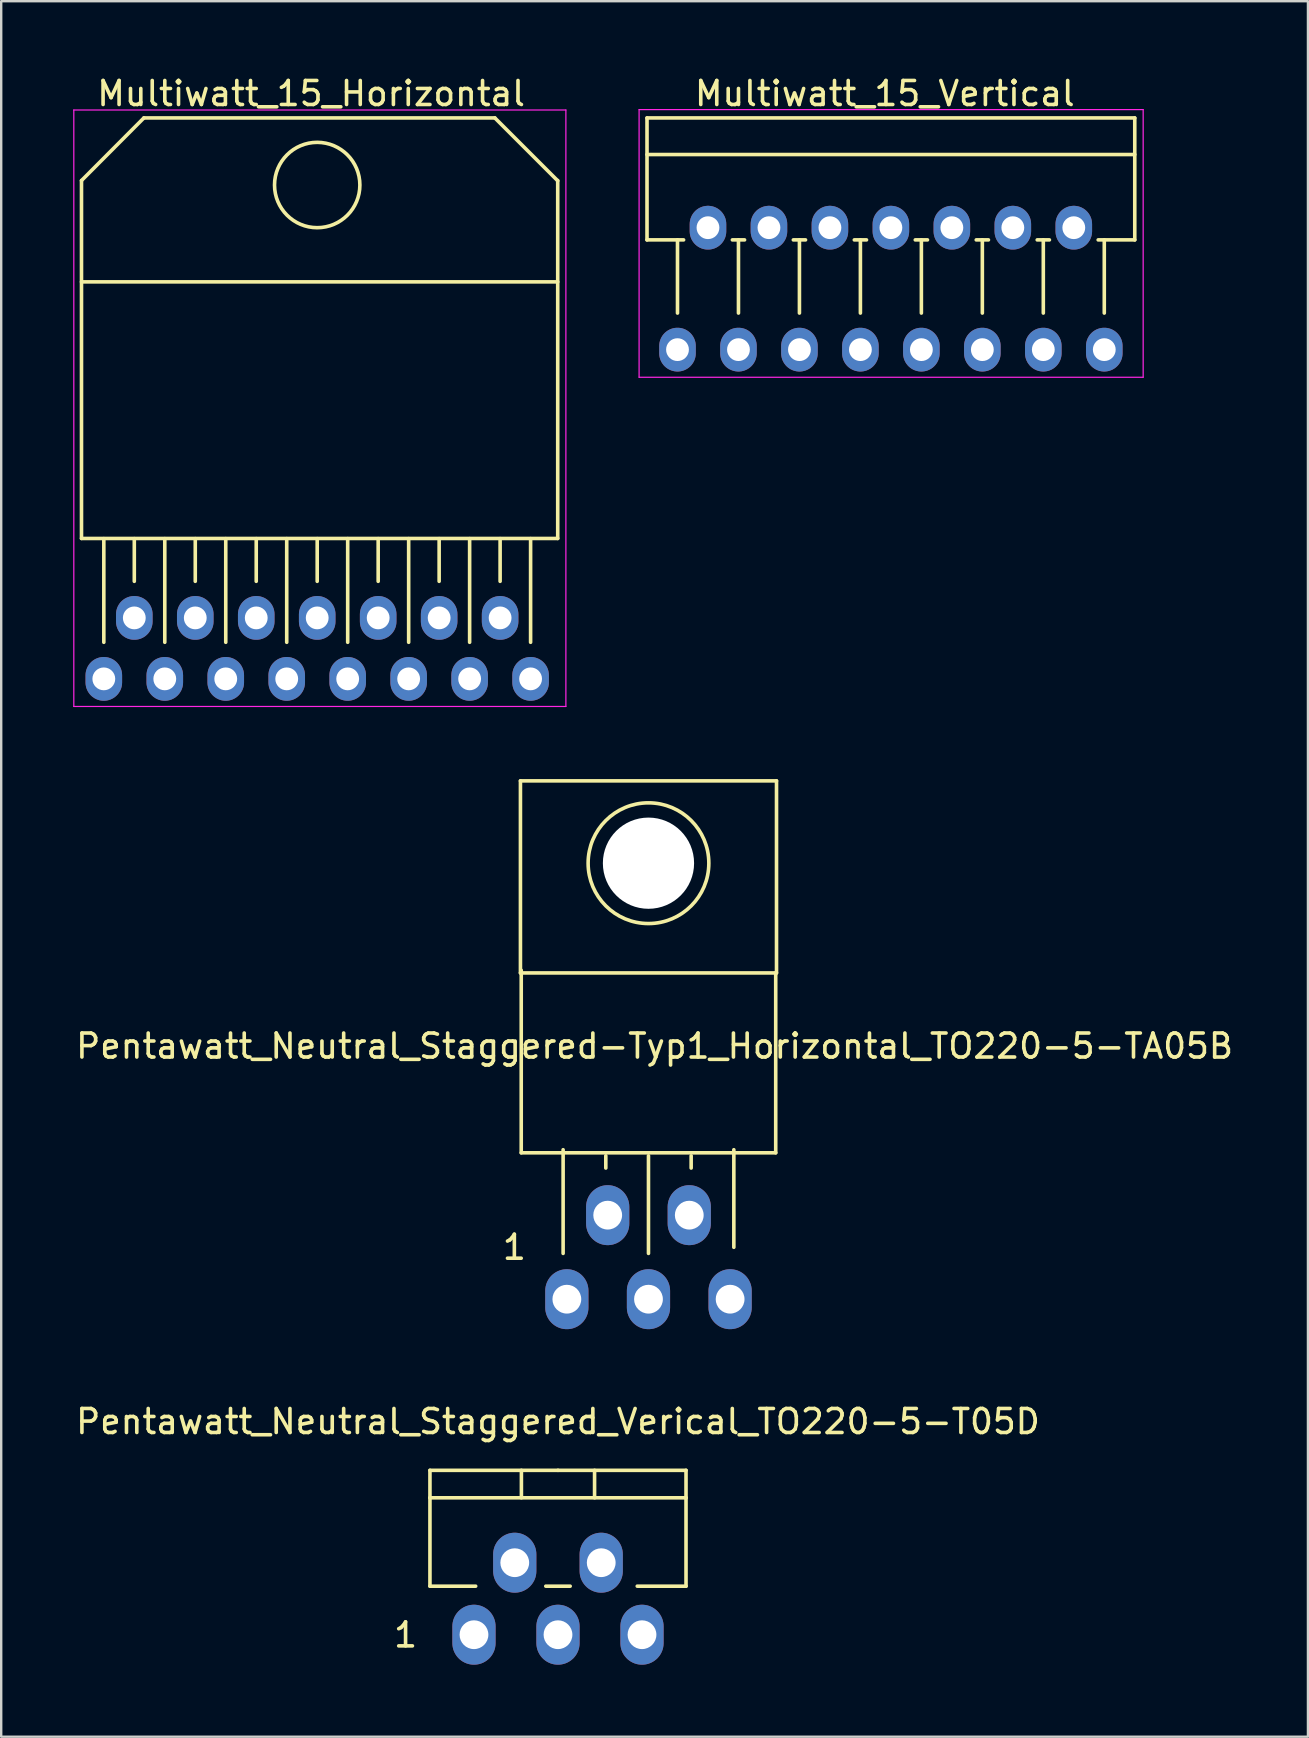
<source format=kicad_pcb>
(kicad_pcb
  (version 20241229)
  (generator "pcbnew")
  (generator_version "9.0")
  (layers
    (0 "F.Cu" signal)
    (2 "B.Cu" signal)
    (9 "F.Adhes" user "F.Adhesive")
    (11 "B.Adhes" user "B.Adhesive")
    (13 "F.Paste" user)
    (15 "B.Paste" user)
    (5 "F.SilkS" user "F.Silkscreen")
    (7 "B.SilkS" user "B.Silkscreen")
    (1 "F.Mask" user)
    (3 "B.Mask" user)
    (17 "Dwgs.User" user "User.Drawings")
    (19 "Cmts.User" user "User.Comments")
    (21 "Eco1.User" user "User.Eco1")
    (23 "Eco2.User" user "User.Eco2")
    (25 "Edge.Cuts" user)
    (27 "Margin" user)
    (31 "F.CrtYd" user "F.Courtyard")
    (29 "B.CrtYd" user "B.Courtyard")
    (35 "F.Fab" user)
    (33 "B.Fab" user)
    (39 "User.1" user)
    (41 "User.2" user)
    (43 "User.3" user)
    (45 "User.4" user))
  (footprint "Pentawatt_Neutral_Staggered-Typ1_Horizontal_TO220-5-TA05B"
    (layer "F.Cu")
    (at 23.966 49.675)
    (property "Reference" "Pentawatt_Neutral_Staggered-Typ1_Horizontal_TO220-5-TA05B" (at 0.254 -9.144 0) (layer "F.SilkS") (effects (font (size 1 1) (thickness 0.15))))
    (attr through_hole)
    (fp_line (start -5.334 -20.193) (end -5.334 -12.192) (stroke (width 0.15) (type solid)) (layer "F.SilkS"))
    (fp_line (start -5.301 -4.699) (end -5.301 -12.301) (stroke (width 0.15) (type solid)) (layer "F.SilkS"))
    (fp_line (start -5.301 -4.699) (end 5.301 -4.699) (stroke (width 0.15) (type solid)) (layer "F.SilkS"))
    (fp_line (start -3.556 -4.826) (end -3.556 -0.508) (stroke (width 0.15) (type solid)) (layer "F.SilkS"))
    (fp_line (start -1.778 -4.572) (end -1.778 -4.064) (stroke (width 0.15) (type solid)) (layer "F.SilkS"))
    (fp_line (start 0 -4.572) (end 0 -0.508) (stroke (width 0.15) (type solid)) (layer "F.SilkS"))
    (fp_line (start 1.778 -4.572) (end 1.778 -4.064) (stroke (width 0.15) (type solid)) (layer "F.SilkS"))
    (fp_line (start 3.556 -4.826) (end 3.556 -0.762) (stroke (width 0.15) (type solid)) (layer "F.SilkS"))
    (fp_line (start 5.301 -12.2) (end 5.301 -4.699) (stroke (width 0.15) (type solid)) (layer "F.SilkS"))
    (fp_line (start 5.334 -20.193) (end -5.334 -20.193) (stroke (width 0.15) (type solid)) (layer "F.SilkS"))
    (fp_line (start 5.334 -12.192) (end -5.334 -12.192) (stroke (width 0.15) (type solid)) (layer "F.SilkS"))
    (fp_line (start 5.334 -12.192) (end 5.334 -20.193) (stroke (width 0.15) (type solid)) (layer "F.SilkS"))
    (fp_circle (center 0 -16.764) (end 1.778 -14.986) (stroke (width 0.15) (type solid)) (fill no) (layer "F.SilkS"))
    (fp_text user "1" (at -5.588 -0.762 0) (layer "F.SilkS") (effects (font (size 1 1) (thickness 0.15))))
    (pad "" np_thru_hole circle (at 0 -16.764 90) (size 3.8 3.8) (drill 3.8) (layers "*.Cu" "*.Mask"))
    (pad "1" thru_hole oval (at -3.401 1.4 90) (size 2.499 1.801) (drill 1.199) (layers "*.Cu" "*.Mask"))
    (pad "2" thru_hole oval (at -1.699 -2.101 90) (size 2.499 1.801) (drill 1.199) (layers "*.Cu" "*.Mask"))
    (pad "3" thru_hole oval (at 0 1.4 90) (size 2.499 1.801) (drill 1.199) (layers "*.Cu" "*.Mask"))
    (pad "4" thru_hole oval (at 1.699 -2.101 90) (size 2.499 1.801) (drill 1.199) (layers "*.Cu" "*.Mask"))
    (pad "5" thru_hole oval (at 3.401 1.4 90) (size 2.499 1.801) (drill 1.199) (layers "*.Cu" "*.Mask")))
  (footprint "Multiwatt_15_Horizontal"
    (layer "F.Cu")
    (at 1.275 25.232)
    (property "Reference" "Multiwatt_15_Horizontal" (at 8.636 -24.384 0) (layer "F.SilkS") (effects (font (size 1 1) (thickness 0.15))))
    (attr through_hole)
    (fp_line (start -0.93 -16.54) (end 18.91 -16.54) (stroke (width 0.15) (type solid)) (layer "F.SilkS"))
    (fp_line (start -0.93 -5.85) (end -0.93 -20.76) (stroke (width 0.15) (type solid)) (layer "F.SilkS"))
    (fp_line (start 0 -1.524) (end 0 -5.842) (stroke (width 0.15) (type solid)) (layer "F.SilkS"))
    (fp_line (start 1.27 -4.064) (end 1.27 -5.842) (stroke (width 0.15) (type solid)) (layer "F.SilkS"))
    (fp_line (start 1.67 -23.37) (end -0.93 -20.76) (stroke (width 0.15) (type solid)) (layer "F.SilkS"))
    (fp_line (start 2.54 -1.524) (end 2.54 -5.842) (stroke (width 0.15) (type solid)) (layer "F.SilkS"))
    (fp_line (start 3.81 -4.064) (end 3.81 -5.842) (stroke (width 0.15) (type solid)) (layer "F.SilkS"))
    (fp_line (start 5.08 -1.524) (end 5.08 -5.842) (stroke (width 0.15) (type solid)) (layer "F.SilkS"))
    (fp_line (start 6.35 -4.064) (end 6.35 -5.842) (stroke (width 0.15) (type solid)) (layer "F.SilkS"))
    (fp_line (start 7.62 -1.524) (end 7.62 -5.842) (stroke (width 0.15) (type solid)) (layer "F.SilkS"))
    (fp_line (start 8.89 -4.064) (end 8.89 -5.842) (stroke (width 0.15) (type solid)) (layer "F.SilkS"))
    (fp_line (start 10.16 -1.524) (end 10.16 -5.842) (stroke (width 0.15) (type solid)) (layer "F.SilkS"))
    (fp_line (start 11.43 -4.064) (end 11.43 -5.842) (stroke (width 0.15) (type solid)) (layer "F.SilkS"))
    (fp_line (start 12.7 -1.524) (end 12.7 -5.842) (stroke (width 0.15) (type solid)) (layer "F.SilkS"))
    (fp_line (start 13.97 -4.064) (end 13.97 -5.842) (stroke (width 0.15) (type solid)) (layer "F.SilkS"))
    (fp_line (start 15.24 -1.524) (end 15.24 -5.842) (stroke (width 0.15) (type solid)) (layer "F.SilkS"))
    (fp_line (start 16.29 -23.37) (end 1.67 -23.37) (stroke (width 0.15) (type solid)) (layer "F.SilkS"))
    (fp_line (start 16.51 -4.064) (end 16.51 -5.842) (stroke (width 0.15) (type solid)) (layer "F.SilkS"))
    (fp_line (start 17.78 -1.524) (end 17.78 -5.842) (stroke (width 0.15) (type solid)) (layer "F.SilkS"))
    (fp_line (start 18.91 -20.75) (end 16.29 -23.37) (stroke (width 0.15) (type solid)) (layer "F.SilkS"))
    (fp_line (start 18.91 -5.85) (end -0.93 -5.85) (stroke (width 0.15) (type solid)) (layer "F.SilkS"))
    (fp_line (start 18.91 -5.85) (end 18.91 -20.76) (stroke (width 0.15) (type solid)) (layer "F.SilkS"))
    (fp_circle (center 8.89 -20.574) (end 8.89 -22.352) (stroke (width 0.15) (type solid)) (fill no) (layer "F.SilkS"))
    (fp_line (start -1.25 -23.7) (end 19.25 -23.7) (stroke (width 0.05) (type solid)) (layer "F.CrtYd"))
    (fp_line (start -1.25 1.15) (end -1.25 -23.7) (stroke (width 0.05) (type solid)) (layer "F.CrtYd"))
    (fp_line (start -1.25 1.15) (end 19.25 1.15) (stroke (width 0.05) (type solid)) (layer "F.CrtYd"))
    (fp_line (start 19.25 1.15) (end 19.25 -23.7) (stroke (width 0.05) (type solid)) (layer "F.CrtYd"))
    (pad "1" thru_hole oval (at 0 0) (size 1.524 1.824) (drill 0.95) (layers "*.Cu" "*.Mask"))
    (pad "2" thru_hole oval (at 1.27 -2.54) (size 1.524 1.824) (drill 0.95) (layers "*.Cu" "*.Mask"))
    (pad "3" thru_hole oval (at 2.54 0) (size 1.524 1.824) (drill 0.95) (layers "*.Cu" "*.Mask"))
    (pad "4" thru_hole oval (at 3.81 -2.54) (size 1.524 1.824) (drill 0.95) (layers "*.Cu" "*.Mask"))
    (pad "5" thru_hole oval (at 5.08 0) (size 1.524 1.824) (drill 0.95) (layers "*.Cu" "*.Mask"))
    (pad "6" thru_hole oval (at 6.35 -2.54) (size 1.524 1.824) (drill 0.95) (layers "*.Cu" "*.Mask"))
    (pad "7" thru_hole oval (at 7.62 0) (size 1.524 1.824) (drill 0.95) (layers "*.Cu" "*.Mask"))
    (pad "8" thru_hole oval (at 8.89 -2.54) (size 1.524 1.824) (drill 0.95) (layers "*.Cu" "*.Mask"))
    (pad "9" thru_hole oval (at 10.16 0) (size 1.524 1.824) (drill 0.95) (layers "*.Cu" "*.Mask"))
    (pad "10" thru_hole oval (at 11.43 -2.54) (size 1.524 1.824) (drill 0.95) (layers "*.Cu" "*.Mask"))
    (pad "11" thru_hole oval (at 12.7 0) (size 1.524 1.824) (drill 0.95) (layers "*.Cu" "*.Mask"))
    (pad "12" thru_hole oval (at 13.97 -2.54) (size 1.524 1.824) (drill 0.95) (layers "*.Cu" "*.Mask"))
    (pad "13" thru_hole oval (at 15.24 0) (size 1.524 1.824) (drill 0.95) (layers "*.Cu" "*.Mask"))
    (pad "14" thru_hole oval (at 16.51 -2.54) (size 1.524 1.824) (drill 0.95) (layers "*.Cu" "*.Mask"))
    (pad "15" thru_hole oval (at 17.78 0) (size 1.524 1.824) (drill 0.95) (layers "*.Cu" "*.Mask")))
  (footprint "Multiwatt_15_Vertical"
    (layer "F.Cu")
    (at 25.175 11.516)
    (property "Reference" "Multiwatt_15_Vertical" (at 8.636 -10.668 0) (layer "F.SilkS") (effects (font (size 1 1) (thickness 0.15))))
    (attr through_hole)
    (fp_line (start -1.27 -9.652) (end -1.27 -4.572) (stroke (width 0.15) (type solid)) (layer "F.SilkS"))
    (fp_line (start -1.27 -9.652) (end 19.05 -9.652) (stroke (width 0.15) (type solid)) (layer "F.SilkS"))
    (fp_line (start -1.27 -4.572) (end 0.254 -4.572) (stroke (width 0.15) (type solid)) (layer "F.SilkS"))
    (fp_line (start 0 -1.524) (end 0 -4.572) (stroke (width 0.15) (type solid)) (layer "F.SilkS"))
    (fp_line (start 2.54 -1.524) (end 2.54 -4.572) (stroke (width 0.15) (type solid)) (layer "F.SilkS"))
    (fp_line (start 2.794 -4.572) (end 2.286 -4.572) (stroke (width 0.15) (type solid)) (layer "F.SilkS"))
    (fp_line (start 5.08 -1.524) (end 5.08 -4.572) (stroke (width 0.15) (type solid)) (layer "F.SilkS"))
    (fp_line (start 5.334 -4.572) (end 4.826 -4.572) (stroke (width 0.15) (type solid)) (layer "F.SilkS"))
    (fp_line (start 7.62 -1.524) (end 7.62 -4.572) (stroke (width 0.15) (type solid)) (layer "F.SilkS"))
    (fp_line (start 7.874 -4.572) (end 7.366 -4.572) (stroke (width 0.15) (type solid)) (layer "F.SilkS"))
    (fp_line (start 10.16 -1.524) (end 10.16 -4.572) (stroke (width 0.15) (type solid)) (layer "F.SilkS"))
    (fp_line (start 10.414 -4.572) (end 9.906 -4.572) (stroke (width 0.15) (type solid)) (layer "F.SilkS"))
    (fp_line (start 12.7 -1.524) (end 12.7 -4.572) (stroke (width 0.15) (type solid)) (layer "F.SilkS"))
    (fp_line (start 12.954 -4.572) (end 12.446 -4.572) (stroke (width 0.15) (type solid)) (layer "F.SilkS"))
    (fp_line (start 15.24 -1.524) (end 15.24 -4.572) (stroke (width 0.15) (type solid)) (layer "F.SilkS"))
    (fp_line (start 15.494 -4.572) (end 14.986 -4.572) (stroke (width 0.15) (type solid)) (layer "F.SilkS"))
    (fp_line (start 17.78 -1.524) (end 17.78 -4.572) (stroke (width 0.15) (type solid)) (layer "F.SilkS"))
    (fp_line (start 19.05 -9.652) (end 19.05 -4.572) (stroke (width 0.15) (type solid)) (layer "F.SilkS"))
    (fp_line (start 19.05 -8.128) (end -1.27 -8.128) (stroke (width 0.15) (type solid)) (layer "F.SilkS"))
    (fp_line (start 19.05 -4.572) (end 17.526 -4.572) (stroke (width 0.15) (type solid)) (layer "F.SilkS"))
    (fp_line (start -1.6 -10) (end 19.4 -10) (stroke (width 0.05) (type solid)) (layer "F.CrtYd"))
    (fp_line (start -1.6 1.15) (end -1.6 -10) (stroke (width 0.05) (type solid)) (layer "F.CrtYd"))
    (fp_line (start 19.4 -10) (end 19.4 1.15) (stroke (width 0.05) (type solid)) (layer "F.CrtYd"))
    (fp_line (start 19.4 1.15) (end -1.6 1.15) (stroke (width 0.05) (type solid)) (layer "F.CrtYd"))
    (pad "1" thru_hole oval (at 0 0) (size 1.524 1.824) (drill 0.95) (layers "*.Cu" "*.Mask"))
    (pad "2" thru_hole oval (at 1.27 -5.08) (size 1.524 1.824) (drill 0.95) (layers "*.Cu" "*.Mask"))
    (pad "3" thru_hole oval (at 2.54 0) (size 1.524 1.824) (drill 0.95) (layers "*.Cu" "*.Mask"))
    (pad "4" thru_hole oval (at 3.81 -5.08) (size 1.524 1.824) (drill 0.95) (layers "*.Cu" "*.Mask"))
    (pad "5" thru_hole oval (at 5.08 0) (size 1.524 1.824) (drill 0.95) (layers "*.Cu" "*.Mask"))
    (pad "6" thru_hole oval (at 6.35 -5.08) (size 1.524 1.824) (drill 0.95) (layers "*.Cu" "*.Mask"))
    (pad "7" thru_hole oval (at 7.62 0) (size 1.524 1.824) (drill 0.95) (layers "*.Cu" "*.Mask"))
    (pad "8" thru_hole oval (at 8.89 -5.08) (size 1.524 1.824) (drill 0.95) (layers "*.Cu" "*.Mask"))
    (pad "9" thru_hole oval (at 10.16 0) (size 1.524 1.824) (drill 0.95) (layers "*.Cu" "*.Mask"))
    (pad "10" thru_hole oval (at 11.43 -5.08) (size 1.524 1.824) (drill 0.95) (layers "*.Cu" "*.Mask"))
    (pad "11" thru_hole oval (at 12.7 0) (size 1.524 1.824) (drill 0.95) (layers "*.Cu" "*.Mask"))
    (pad "12" thru_hole oval (at 13.97 -5.08) (size 1.524 1.824) (drill 0.95) (layers "*.Cu" "*.Mask"))
    (pad "13" thru_hole oval (at 15.24 0) (size 1.524 1.824) (drill 0.95) (layers "*.Cu" "*.Mask"))
    (pad "14" thru_hole oval (at 16.51 -5.08) (size 1.524 1.824) (drill 0.95) (layers "*.Cu" "*.Mask"))
    (pad "15" thru_hole oval (at 17.78 0) (size 1.524 1.824) (drill 0.95) (layers "*.Cu" "*.Mask")))
  (footprint "Pentawatt_Neutral_Staggered_Verical_TO220-5-T05D"
    (layer "F.Cu")
    (at 20.196 61.253)
    (property "Reference" "Pentawatt_Neutral_Staggered_Verical_TO220-5-T05D" (at 0 -5.08 0) (layer "F.SilkS") (effects (font (size 1 1) (thickness 0.15))))
    (attr through_hole)
    (fp_line (start -5.334 -1.905) (end -5.334 -3.048) (stroke (width 0.15) (type solid)) (layer "F.SilkS"))
    (fp_line (start -5.334 1.778) (end -5.334 -1.905) (stroke (width 0.15) (type solid)) (layer "F.SilkS"))
    (fp_line (start -5.334 1.778) (end -3.429 1.778) (stroke (width 0.15) (type solid)) (layer "F.SilkS"))
    (fp_line (start -1.524 -3.048) (end -1.524 -1.905) (stroke (width 0.15) (type solid)) (layer "F.SilkS"))
    (fp_line (start -0.508 1.778) (end 0.508 1.778) (stroke (width 0.15) (type solid)) (layer "F.SilkS"))
    (fp_line (start 0 -3.048) (end -5.334 -3.048) (stroke (width 0.15) (type solid)) (layer "F.SilkS"))
    (fp_line (start 0 -3.048) (end 5.334 -3.048) (stroke (width 0.15) (type solid)) (layer "F.SilkS"))
    (fp_line (start 1.524 -3.048) (end 1.524 -1.905) (stroke (width 0.15) (type solid)) (layer "F.SilkS"))
    (fp_line (start 3.302 1.778) (end 5.334 1.778) (stroke (width 0.15) (type solid)) (layer "F.SilkS"))
    (fp_line (start 5.334 -3.048) (end 5.334 -1.905) (stroke (width 0.15) (type solid)) (layer "F.SilkS"))
    (fp_line (start 5.334 -1.905) (end -5.334 -1.905) (stroke (width 0.15) (type solid)) (layer "F.SilkS"))
    (fp_line (start 5.334 -1.905) (end 5.334 1.778) (stroke (width 0.15) (type solid)) (layer "F.SilkS"))
    (fp_text user "1" (at -6.35 3.81 0) (layer "F.SilkS") (effects (font (size 1 1) (thickness 0.15))))
    (pad "1" thru_hole oval (at -3.5 3.8 90) (size 2.499 1.801) (drill 1.199) (layers "*.Cu" "*.Mask"))
    (pad "2" thru_hole oval (at -1.801 0.8 90) (size 2.499 1.801) (drill 1.199) (layers "*.Cu" "*.Mask"))
    (pad "3" thru_hole oval (at 0 3.8 90) (size 2.499 1.801) (drill 1.199) (layers "*.Cu" "*.Mask"))
    (pad "4" thru_hole oval (at 1.801 0.8 90) (size 2.499 1.801) (drill 1.199) (layers "*.Cu" "*.Mask"))
    (pad "5" thru_hole oval (at 3.5 3.8 90) (size 2.499 1.801) (drill 1.199) (layers "*.Cu" "*.Mask")))
  (gr_rect
    (start -3 -3)
    (end 51.44 69.302)
    (stroke (width 0.1) (type default))
    (fill no)
    (layer "Edge.Cuts")))
</source>
